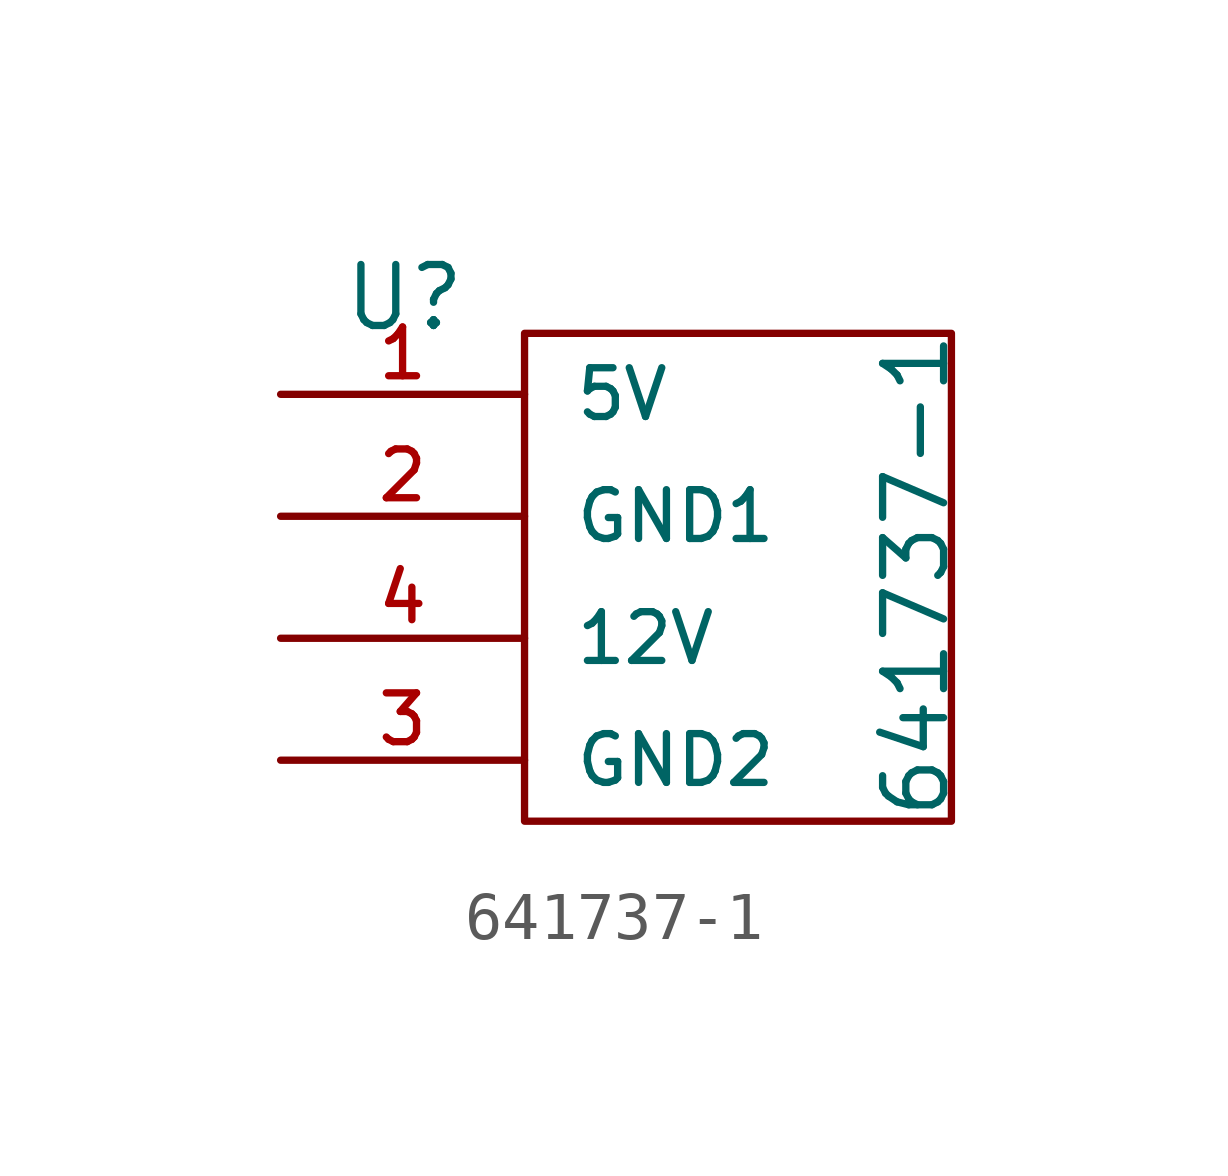
<source format=kicad_sym>
(kicad_symbol_lib
  (version 20211014)
  (generator kicad_symbol_editor)
  (symbol "641737-1"
    (pin_names
      (offset 1.016))
    (property "Reference" "U"
      (at -3.81 0 0)
      (effects (font (size 1.27 1.27)) (justify left bottom)))
    (property "Value" "641737-1"
      (at 8.89 -10.16 90)
      (effects (font (size 1.27 1.27)) (justify left bottom)))
    (property "ki_locked" ""
      (at 0 0 0)
      (effects (font (size 1.27 1.27))))
    (symbol "641737-1_0_0"
      (pin passive line (at -5.08 -1.27 0) (length 5.08) (name "5V" (effects (font (size 1.016 1.016)))) (number "1" (effects (font (size 1.016 1.016)))))
      (pin passive line (at -5.08 -3.81 0) (length 5.08) (name "GND1" (effects (font (size 1.016 1.016)))) (number "2" (effects (font (size 1.016 1.016)))))
      (pin passive line (at -5.08 -8.89 0) (length 5.08) (name "GND2" (effects (font (size 1.016 1.016)))) (number "3" (effects (font (size 1.016 1.016)))))
      (pin passive line (at -5.08 -6.35 0) (length 5.08) (name "12V" (effects (font (size 1.016 1.016)))) (number "4" (effects (font (size 1.016 1.016))))))
    (symbol "641737-1_1_1"
      (rectangle (start 0 0) (end 8.89 -10.16) (stroke (width 0) (type default) (color 0 0 0 0)) (fill (type none))))))
</source>
